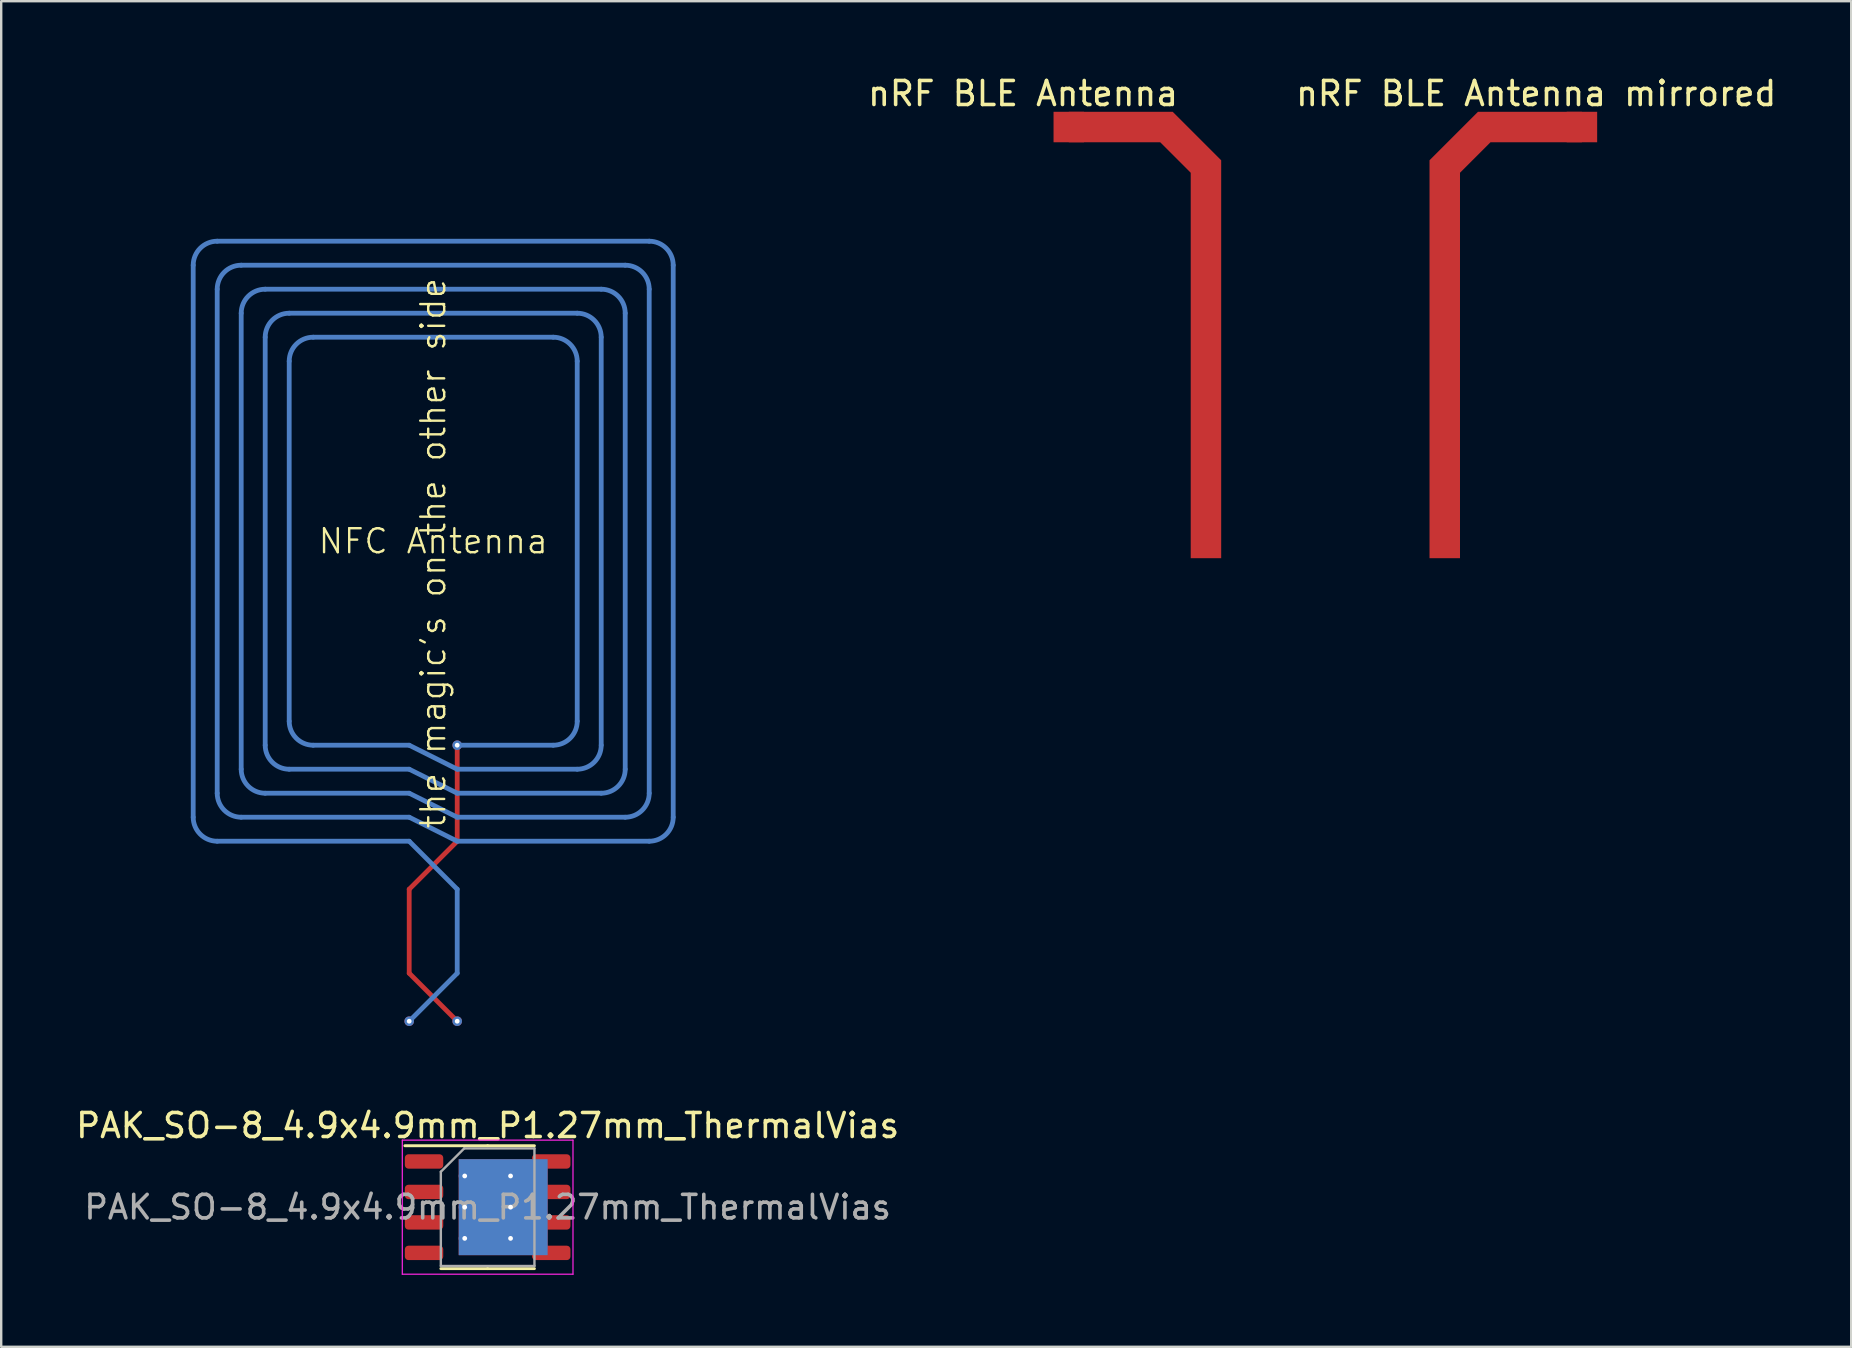
<source format=kicad_pcb>
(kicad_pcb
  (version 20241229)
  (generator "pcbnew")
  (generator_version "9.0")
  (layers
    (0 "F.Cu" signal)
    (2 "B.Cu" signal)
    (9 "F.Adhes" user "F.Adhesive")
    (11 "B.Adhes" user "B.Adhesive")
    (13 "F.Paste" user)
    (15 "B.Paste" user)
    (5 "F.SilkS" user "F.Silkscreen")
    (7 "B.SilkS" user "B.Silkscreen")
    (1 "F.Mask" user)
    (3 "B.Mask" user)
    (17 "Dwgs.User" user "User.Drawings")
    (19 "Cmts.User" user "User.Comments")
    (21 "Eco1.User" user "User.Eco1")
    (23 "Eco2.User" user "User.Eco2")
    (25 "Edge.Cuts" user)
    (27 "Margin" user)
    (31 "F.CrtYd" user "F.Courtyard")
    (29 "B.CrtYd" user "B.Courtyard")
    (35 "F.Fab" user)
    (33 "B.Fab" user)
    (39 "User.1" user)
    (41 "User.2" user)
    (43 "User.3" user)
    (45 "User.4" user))
  (footprint "nRF BLE Antenna mirrored"
    (layer "F.Cu")
    (at 62.862 1.608)
    (property "Reference" "nRF BLE Antenna mirrored" (at -1.905 -0.76 0) (layer "F.SilkS") (effects (font (size 1 1) (thickness 0.15))))
    (attr through_hole)
    (fp_poly (pts (xy 0 0) (xy 0 1.27) (xy -3.81 1.27) (xy -5.08 2.54) (xy -5.08 18.6) (xy -6.35 18.6) (xy -6.35 2.02) (xy -4.33 0)) (stroke (width 0) (type solid)) (fill yes) (layer "F.Cu"))
    (pad "1" connect rect (at 0 0.635) (size 1.27 1.27) (layers "F.Cu")))
  (footprint "PAK_SO-8_4.9x4.9mm_P1.27mm_ThermalVias"
    (layer "F.Cu")
    (at 17.268 47.248)
    (property "Reference" "PAK_SO-8_4.9x4.9mm_P1.27mm_ThermalVias" (at 0 -3.4 0) (layer "F.SilkS") (effects (font (size 1 1) (thickness 0.15))))
    (attr smd)
    (fp_line (start 0 -2.56) (end -3.45 -2.56) (stroke (width 0.12) (type solid)) (layer "F.SilkS"))
    (fp_line (start 0 -2.56) (end 1.95 -2.56) (stroke (width 0.12) (type solid)) (layer "F.SilkS"))
    (fp_line (start 0 2.56) (end -1.95 2.56) (stroke (width 0.12) (type solid)) (layer "F.SilkS"))
    (fp_line (start 0 2.56) (end 1.95 2.56) (stroke (width 0.12) (type solid)) (layer "F.SilkS"))
    (fp_line (start -3.556 -2.794) (end -3.556 2.794) (stroke (width 0.05) (type solid)) (layer "F.CrtYd"))
    (fp_line (start -3.556 2.794) (end 3.556 2.794) (stroke (width 0.05) (type solid)) (layer "F.CrtYd"))
    (fp_line (start 3.556 -2.794) (end -3.556 -2.794) (stroke (width 0.05) (type solid)) (layer "F.CrtYd"))
    (fp_line (start 3.556 2.794) (end 3.556 -2.794) (stroke (width 0.05) (type solid)) (layer "F.CrtYd"))
    (fp_line (start -1.95 -1.475) (end -0.975 -2.45) (stroke (width 0.1) (type solid)) (layer "F.Fab"))
    (fp_line (start -1.95 2.45) (end -1.95 -1.475) (stroke (width 0.1) (type solid)) (layer "F.Fab"))
    (fp_line (start -0.975 -2.45) (end 1.95 -2.45) (stroke (width 0.1) (type solid)) (layer "F.Fab"))
    (fp_line (start 1.95 -2.45) (end 1.95 2.45) (stroke (width 0.1) (type solid)) (layer "F.Fab"))
    (fp_line (start 1.95 2.45) (end -1.95 2.45) (stroke (width 0.1) (type solid)) (layer "F.Fab"))
    (fp_text user "${REFERENCE}" (at 0 0 0) (layer "F.Fab") (effects (font (size 0.98 0.98) (thickness 0.15))))
    (pad "" smd roundrect (at -0.6 -0.775) (size 0.97 1.25) (layers "F.Paste") (roundrect_rratio 0.25))
    (pad "" smd roundrect (at -0.6 0.775) (size 0.97 1.25) (layers "F.Paste") (roundrect_rratio 0.25))
    (pad "" smd roundrect (at 0.6 -0.775) (size 0.97 1.25) (layers "F.Paste") (roundrect_rratio 0.25))
    (pad "" smd roundrect (at 0.6 0.775) (size 0.97 1.25) (layers "F.Paste") (roundrect_rratio 0.25))
    (pad "1" smd roundrect (at -2.65 -1.905) (size 1.6 0.6) (layers "F.Cu" "F.Mask" "F.Paste") (roundrect_rratio 0.25))
    (pad "1" smd roundrect (at -2.65 -0.635) (size 1.6 0.6) (layers "F.Cu" "F.Mask" "F.Paste") (roundrect_rratio 0.25))
    (pad "1" smd roundrect (at -2.65 0.635) (size 1.6 0.6) (layers "F.Cu" "F.Mask" "F.Paste") (roundrect_rratio 0.25))
    (pad "4" smd roundrect (at -2.65 1.905) (size 1.6 0.6) (layers "F.Cu" "F.Mask" "F.Paste") (roundrect_rratio 0.25))
    (pad "5" thru_hole circle (at -0.955 -1.3) (size 0.5 0.5) (drill 0.2) (layers "*.Cu"))
    (pad "5" thru_hole circle (at -0.955 0) (size 0.5 0.5) (drill 0.2) (layers "*.Cu"))
    (pad "5" thru_hole circle (at -0.955 1.3) (size 0.5 0.5) (drill 0.2) (layers "*.Cu"))
    (pad "5" smd rect (at 0.647 0) (size 3.705 4) (layers "F.Cu" "F.Mask"))
    (pad "5" smd rect (at 0.647 0) (size 3.705 4) (layers "B.Cu"))
    (pad "5" thru_hole circle (at 0.955 -1.3) (size 0.5 0.5) (drill 0.2) (layers "*.Cu"))
    (pad "5" thru_hole circle (at 0.955 0) (size 0.5 0.5) (drill 0.2) (layers "*.Cu"))
    (pad "5" thru_hole circle (at 0.955 1.3) (size 0.5 0.5) (drill 0.2) (layers "*.Cu"))
    (pad "5" smd roundrect (at 2.65 -1.905) (size 1.6 0.6) (layers "F.Cu" "F.Mask" "F.Paste") (roundrect_rratio 0.25))
    (pad "5" smd roundrect (at 2.65 -0.635) (size 1.6 0.6) (layers "F.Cu" "F.Mask" "F.Paste") (roundrect_rratio 0.25))
    (pad "5" smd roundrect (at 2.65 0.635) (size 1.6 0.6) (layers "F.Cu" "F.Mask" "F.Paste") (roundrect_rratio 0.25))
    (pad "5" smd roundrect (at 2.65 1.905) (size 1.6 0.6) (layers "F.Cu" "F.Mask" "F.Paste") (roundrect_rratio 0.25)))
  (footprint "nRF BLE Antenna"
    (layer "F.Cu")
    (at 41.482 1.608)
    (property "Reference" "nRF BLE Antenna" (at -1.905 -0.76 0) (layer "F.SilkS") (effects (font (size 1 1) (thickness 0.15))))
    (attr through_hole)
    (fp_poly (pts (xy 0 0) (xy 0 1.27) (xy 3.81 1.27) (xy 5.08 2.54) (xy 5.08 18.6) (xy 6.35 18.6) (xy 6.35 2.02) (xy 4.33 0)) (stroke (width 0) (type solid)) (fill yes) (layer "F.Cu"))
    (pad "1" connect rect (at 0 0.635) (size 1.27 1.27) (layers "F.Cu")))
  (footprint "NFC Antenna"
    (layer "F.Cu")
    (at 15 20)
    (property "Reference" "NFC Antenna" (at 0 -0.5 0) (unlocked yes) (layer "F.SilkS") (effects (font (size 1 1) (thickness 0.1))))
    (attr smd)
    (fp_line (start -1 14) (end -1 17.5) (stroke (width 0.2) (type default)) (layer "F.Cu"))
    (fp_line (start 1 8) (end 1 12) (stroke (width 0.2) (type default)) (layer "F.Cu"))
    (fp_line (start 1 12) (end -1 14) (stroke (width 0.2) (type default)) (layer "F.Cu"))
    (fp_line (start 1 19.5) (end -1 17.5) (stroke (width 0.2) (type default)) (layer "F.Cu"))
    (fp_line (start -10 -12) (end -10 11) (stroke (width 0.2) (type default)) (layer "B.Cu"))
    (fp_line (start -9 -13) (end 9 -13) (stroke (width 0.2) (type default)) (layer "B.Cu"))
    (fp_line (start -9 -11) (end -9 10) (stroke (width 0.2) (type default)) (layer "B.Cu"))
    (fp_line (start -9 12) (end -1 12) (stroke (width 0.2) (type default)) (layer "B.Cu"))
    (fp_line (start -8 -12) (end 8 -12) (stroke (width 0.2) (type default)) (layer "B.Cu"))
    (fp_line (start -8 -10) (end -8 9) (stroke (width 0.2) (type default)) (layer "B.Cu"))
    (fp_line (start -8 11) (end -1 11) (stroke (width 0.2) (type default)) (layer "B.Cu"))
    (fp_line (start -7 -11) (end 7 -11) (stroke (width 0.2) (type default)) (layer "B.Cu"))
    (fp_line (start -7 -9) (end -7 8) (stroke (width 0.2) (type default)) (layer "B.Cu"))
    (fp_line (start -7 10) (end -1 10) (stroke (width 0.2) (type default)) (layer "B.Cu"))
    (fp_line (start -6 -10) (end 6 -10) (stroke (width 0.2) (type default)) (layer "B.Cu"))
    (fp_line (start -6 -8) (end -6 7) (stroke (width 0.2) (type default)) (layer "B.Cu"))
    (fp_line (start -6 9) (end -1 9) (stroke (width 0.2) (type default)) (layer "B.Cu"))
    (fp_line (start -5 -9) (end 5 -9) (stroke (width 0.2) (type default)) (layer "B.Cu"))
    (fp_line (start -5 8) (end -1 8) (stroke (width 0.2) (type default)) (layer "B.Cu"))
    (fp_line (start -1 8) (end 1 9) (stroke (width 0.2) (type default)) (layer "B.Cu"))
    (fp_line (start -1 9) (end 1 10) (stroke (width 0.2) (type default)) (layer "B.Cu"))
    (fp_line (start -1 10) (end 1 11) (stroke (width 0.2) (type default)) (layer "B.Cu"))
    (fp_line (start -1 11) (end 1 12) (stroke (width 0.2) (type default)) (layer "B.Cu"))
    (fp_line (start -1 12) (end 1 14) (stroke (width 0.2) (type default)) (layer "B.Cu"))
    (fp_line (start 1 9) (end 6 9) (stroke (width 0.2) (type default)) (layer "B.Cu"))
    (fp_line (start 1 10) (end 7 10) (stroke (width 0.2) (type default)) (layer "B.Cu"))
    (fp_line (start 1 11) (end 8 11) (stroke (width 0.2) (type default)) (layer "B.Cu"))
    (fp_line (start 1 12) (end 9 12) (stroke (width 0.2) (type default)) (layer "B.Cu"))
    (fp_line (start 1 14) (end 1 17.5) (stroke (width 0.2) (type default)) (layer "B.Cu"))
    (fp_line (start 1 17.5) (end -1 19.5) (stroke (width 0.2) (type default)) (layer "B.Cu"))
    (fp_line (start 5 8) (end 1 8) (stroke (width 0.2) (type default)) (layer "B.Cu"))
    (fp_line (start 6 -8) (end 6 7) (stroke (width 0.2) (type default)) (layer "B.Cu"))
    (fp_line (start 7 -9) (end 7 8) (stroke (width 0.2) (type default)) (layer "B.Cu"))
    (fp_line (start 8 -10) (end 8 9) (stroke (width 0.2) (type default)) (layer "B.Cu"))
    (fp_line (start 9 -11) (end 9 10) (stroke (width 0.2) (type default)) (layer "B.Cu"))
    (fp_line (start 10 -12) (end 10 11) (stroke (width 0.2) (type default)) (layer "B.Cu"))
    (fp_arc (start -10 -12) (mid -9.707107 -12.707107) (end -9 -13) (stroke (width 0.2) (type default)) (layer "B.Cu"))
    (fp_arc (start -9 -11) (mid -8.707107 -11.707107) (end -8 -12) (stroke (width 0.2) (type default)) (layer "B.Cu"))
    (fp_arc (start -9 12) (mid -9.707107 11.707107) (end -10 11) (stroke (width 0.2) (type default)) (layer "B.Cu"))
    (fp_arc (start -8 -10) (mid -7.707107 -10.707107) (end -7 -11) (stroke (width 0.2) (type default)) (layer "B.Cu"))
    (fp_arc (start -8 11) (mid -8.707107 10.707107) (end -9 10) (stroke (width 0.2) (type default)) (layer "B.Cu"))
    (fp_arc (start -7 -9) (mid -6.707107 -9.707107) (end -6 -10) (stroke (width 0.2) (type default)) (layer "B.Cu"))
    (fp_arc (start -7 10) (mid -7.707107 9.707107) (end -8 9) (stroke (width 0.2) (type default)) (layer "B.Cu"))
    (fp_arc (start -6 -8) (mid -5.707107 -8.707107) (end -5 -9) (stroke (width 0.2) (type default)) (layer "B.Cu"))
    (fp_arc (start -6 9) (mid -6.707107 8.707107) (end -7 8) (stroke (width 0.2) (type default)) (layer "B.Cu"))
    (fp_arc (start -5 8) (mid -5.707107 7.707107) (end -6 7) (stroke (width 0.2) (type default)) (layer "B.Cu"))
    (fp_arc (start 5 -9) (mid 5.707107 -8.707107) (end 6 -8) (stroke (width 0.2) (type default)) (layer "B.Cu"))
    (fp_arc (start 6 -10) (mid 6.707107 -9.707107) (end 7 -9) (stroke (width 0.2) (type default)) (layer "B.Cu"))
    (fp_arc (start 6 7) (mid 5.707107 7.707107) (end 5 8) (stroke (width 0.2) (type default)) (layer "B.Cu"))
    (fp_arc (start 7 -11) (mid 7.707107 -10.707107) (end 8 -10) (stroke (width 0.2) (type default)) (layer "B.Cu"))
    (fp_arc (start 7 8) (mid 6.707107 8.707107) (end 6 9) (stroke (width 0.2) (type default)) (layer "B.Cu"))
    (fp_arc (start 8 -12) (mid 8.707107 -11.707107) (end 9 -11) (stroke (width 0.2) (type default)) (layer "B.Cu"))
    (fp_arc (start 8 9) (mid 7.707107 9.707107) (end 7 10) (stroke (width 0.2) (type default)) (layer "B.Cu"))
    (fp_arc (start 9 -13) (mid 9.707107 -12.707107) (end 10 -12) (stroke (width 0.2) (type default)) (layer "B.Cu"))
    (fp_arc (start 9 10) (mid 8.707107 10.707107) (end 8 11) (stroke (width 0.2) (type default)) (layer "B.Cu"))
    (fp_arc (start 10 11) (mid 9.707107 11.707107) (end 9 12) (stroke (width 0.2) (type default)) (layer "B.Cu"))
    (fp_text user "the magic's on the other side" (at 0 0 90) (unlocked yes) (layer "F.SilkS") (effects (font (size 1 1) (thickness 0.1))))
    (pad "1" thru_hole circle (at -1 19.5) (size 0.4 0.4) (drill 0.2) (layers "*.Cu") (remove_unused_layers yes) (keep_end_layers yes) (zone_layer_connections))
    (pad "2" thru_hole circle (at 1 8) (size 0.4 0.4) (drill 0.2) (layers "*.Cu") (remove_unused_layers yes) (keep_end_layers yes) (zone_layer_connections))
    (pad "2" thru_hole circle (at 1 19.5) (size 0.4 0.4) (drill 0.2) (layers "*.Cu") (remove_unused_layers yes) (keep_end_layers yes) (zone_layer_connections))
    (zone (net_name "") (layers "F.Cu" "B.Cu") (hatch edge 0.5) (connect_pads) (min_thickness 0.25) (filled_areas_thickness no) (keepout (tracks allowed) (vias allowed) (pads allowed) (copperpour not_allowed) (footprints allowed)) (placement (enabled no)) (fill) (polygon (pts (xy 1 0) (xy 0 1) (xy 0 39) (xy 1 40) (xy 29 40) (xy 30 39) (xy 30 1) (xy 29 0)))))
  (gr_rect
    (start -3 -3)
    (end 74.082 53.067)
    (stroke (width 0.1) (type default))
    (fill no)
    (layer "Edge.Cuts")))
</source>
